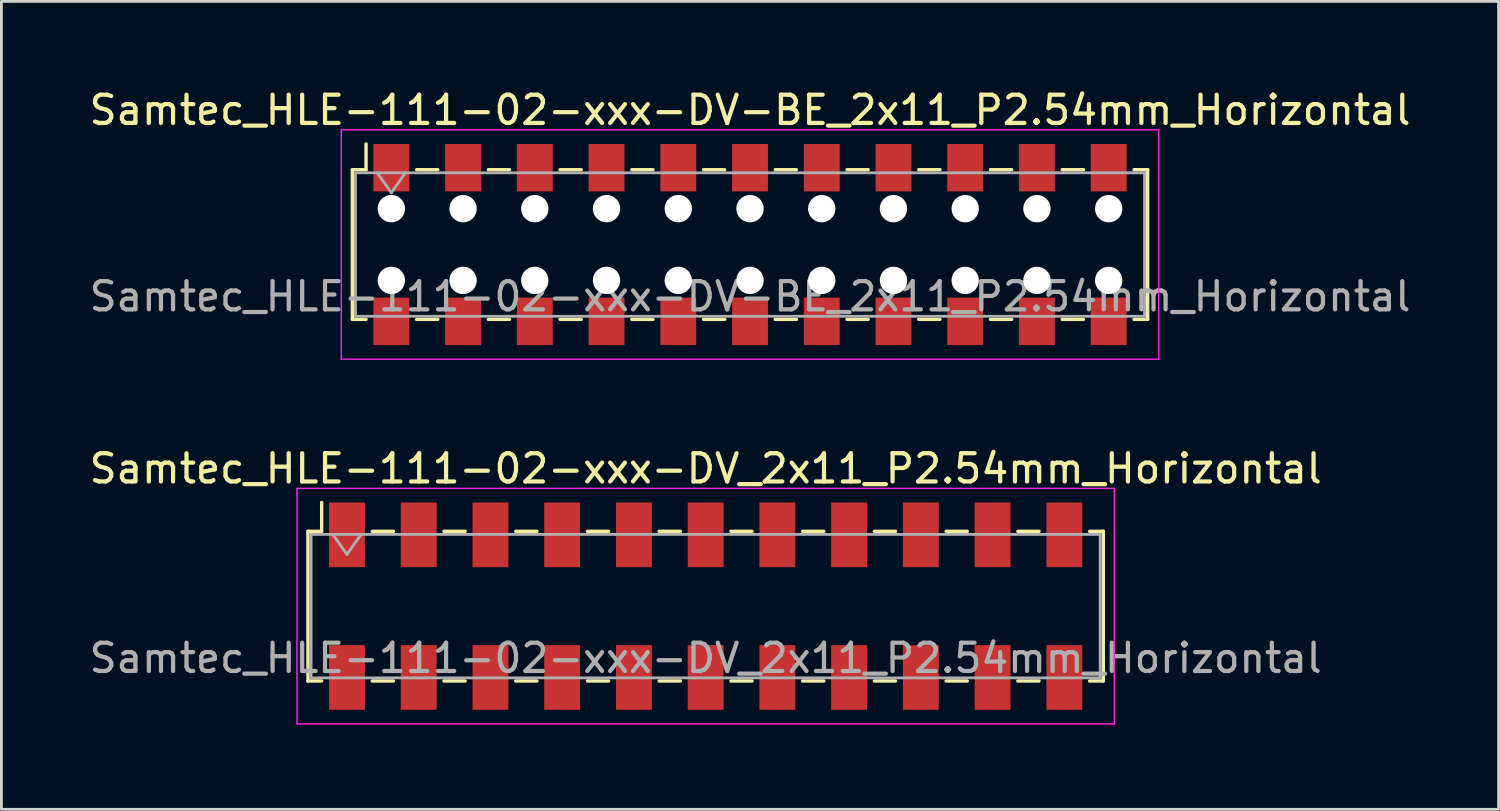
<source format=kicad_pcb>
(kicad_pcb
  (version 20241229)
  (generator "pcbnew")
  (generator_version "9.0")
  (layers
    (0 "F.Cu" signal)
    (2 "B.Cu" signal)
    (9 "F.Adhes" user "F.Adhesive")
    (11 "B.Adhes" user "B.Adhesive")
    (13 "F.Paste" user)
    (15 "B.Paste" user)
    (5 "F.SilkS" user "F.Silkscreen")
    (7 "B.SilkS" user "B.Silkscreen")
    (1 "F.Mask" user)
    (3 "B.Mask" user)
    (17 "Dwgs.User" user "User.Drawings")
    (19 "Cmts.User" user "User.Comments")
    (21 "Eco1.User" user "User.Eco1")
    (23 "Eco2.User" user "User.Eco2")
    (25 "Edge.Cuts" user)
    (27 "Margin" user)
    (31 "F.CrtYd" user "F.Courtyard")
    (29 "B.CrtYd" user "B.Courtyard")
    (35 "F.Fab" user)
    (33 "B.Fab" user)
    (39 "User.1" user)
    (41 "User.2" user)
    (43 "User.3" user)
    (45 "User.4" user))
  (footprint "Samtec_HLE-111-02-xxx-DV-BE_2x11_P2.54mm_Horizontal"
    (layer "F.Cu")
    (at 23.506 5.608)
    (property "Reference" "Samtec_HLE-111-02-xxx-DV-BE_2x11_P2.54mm_Horizontal" (at 0 -4.76 0) (layer "F.SilkS") (effects (font (size 1 1) (thickness 0.15))))
    (attr smd)
    (fp_line (start -14.08 -2.65) (end -14.08 2.65) (stroke (width 0.12) (type solid)) (layer "F.SilkS"))
    (fp_line (start -14.08 2.65) (end -13.595 2.65) (stroke (width 0.12) (type solid)) (layer "F.SilkS"))
    (fp_line (start -13.595 -3.56) (end -13.595 -2.65) (stroke (width 0.12) (type solid)) (layer "F.SilkS"))
    (fp_line (start -13.595 -2.65) (end -14.08 -2.65) (stroke (width 0.12) (type solid)) (layer "F.SilkS"))
    (fp_line (start -11.805 -2.65) (end -11.055 -2.65) (stroke (width 0.12) (type solid)) (layer "F.SilkS"))
    (fp_line (start -11.805 2.65) (end -11.055 2.65) (stroke (width 0.12) (type solid)) (layer "F.SilkS"))
    (fp_line (start -9.265 -2.65) (end -8.515 -2.65) (stroke (width 0.12) (type solid)) (layer "F.SilkS"))
    (fp_line (start -9.265 2.65) (end -8.515 2.65) (stroke (width 0.12) (type solid)) (layer "F.SilkS"))
    (fp_line (start -6.725 -2.65) (end -5.975 -2.65) (stroke (width 0.12) (type solid)) (layer "F.SilkS"))
    (fp_line (start -6.725 2.65) (end -5.975 2.65) (stroke (width 0.12) (type solid)) (layer "F.SilkS"))
    (fp_line (start -4.185 -2.65) (end -3.435 -2.65) (stroke (width 0.12) (type solid)) (layer "F.SilkS"))
    (fp_line (start -4.185 2.65) (end -3.435 2.65) (stroke (width 0.12) (type solid)) (layer "F.SilkS"))
    (fp_line (start -1.645 -2.65) (end -0.895 -2.65) (stroke (width 0.12) (type solid)) (layer "F.SilkS"))
    (fp_line (start -1.645 2.65) (end -0.895 2.65) (stroke (width 0.12) (type solid)) (layer "F.SilkS"))
    (fp_line (start 0.895 -2.65) (end 1.645 -2.65) (stroke (width 0.12) (type solid)) (layer "F.SilkS"))
    (fp_line (start 0.895 2.65) (end 1.645 2.65) (stroke (width 0.12) (type solid)) (layer "F.SilkS"))
    (fp_line (start 3.435 -2.65) (end 4.185 -2.65) (stroke (width 0.12) (type solid)) (layer "F.SilkS"))
    (fp_line (start 3.435 2.65) (end 4.185 2.65) (stroke (width 0.12) (type solid)) (layer "F.SilkS"))
    (fp_line (start 5.975 -2.65) (end 6.725 -2.65) (stroke (width 0.12) (type solid)) (layer "F.SilkS"))
    (fp_line (start 5.975 2.65) (end 6.725 2.65) (stroke (width 0.12) (type solid)) (layer "F.SilkS"))
    (fp_line (start 8.515 -2.65) (end 9.265 -2.65) (stroke (width 0.12) (type solid)) (layer "F.SilkS"))
    (fp_line (start 8.515 2.65) (end 9.265 2.65) (stroke (width 0.12) (type solid)) (layer "F.SilkS"))
    (fp_line (start 11.055 -2.65) (end 11.805 -2.65) (stroke (width 0.12) (type solid)) (layer "F.SilkS"))
    (fp_line (start 11.055 2.65) (end 11.805 2.65) (stroke (width 0.12) (type solid)) (layer "F.SilkS"))
    (fp_line (start 13.595 -2.65) (end 14.08 -2.65) (stroke (width 0.12) (type solid)) (layer "F.SilkS"))
    (fp_line (start 14.08 -2.65) (end 14.08 2.65) (stroke (width 0.12) (type solid)) (layer "F.SilkS"))
    (fp_line (start 14.08 2.65) (end 13.595 2.65) (stroke (width 0.12) (type solid)) (layer "F.SilkS"))
    (fp_line (start -14.47 -4.06) (end 14.47 -4.06) (stroke (width 0.05) (type solid)) (layer "F.CrtYd"))
    (fp_line (start -14.47 4.06) (end -14.47 -4.06) (stroke (width 0.05) (type solid)) (layer "F.CrtYd"))
    (fp_line (start 14.47 -4.06) (end 14.47 4.06) (stroke (width 0.05) (type solid)) (layer "F.CrtYd"))
    (fp_line (start 14.47 4.06) (end -14.47 4.06) (stroke (width 0.05) (type solid)) (layer "F.CrtYd"))
    (fp_line (start -13.97 -2.54) (end 13.97 -2.54) (stroke (width 0.1) (type solid)) (layer "F.Fab"))
    (fp_line (start -13.97 2.54) (end -13.97 -2.54) (stroke (width 0.1) (type solid)) (layer "F.Fab"))
    (fp_line (start -13.2 -2.54) (end -12.7 -1.833) (stroke (width 0.1) (type solid)) (layer "F.Fab"))
    (fp_line (start -12.7 -1.833) (end -12.2 -2.54) (stroke (width 0.1) (type solid)) (layer "F.Fab"))
    (fp_line (start 13.97 -2.54) (end 13.97 2.54) (stroke (width 0.1) (type solid)) (layer "F.Fab"))
    (fp_line (start 13.97 2.54) (end -13.97 2.54) (stroke (width 0.1) (type solid)) (layer "F.Fab"))
    (fp_text user "${REFERENCE}" (at 0 1.84 0) (layer "F.Fab") (effects (font (size 1 1) (thickness 0.15))))
    (pad "" np_thru_hole circle (at -12.7 -1.27) (size 0.97 0.97) (drill 0.97) (layers "*.Cu" "*.Mask"))
    (pad "" np_thru_hole circle (at -12.7 1.27) (size 0.97 0.97) (drill 0.97) (layers "*.Cu" "*.Mask"))
    (pad "" np_thru_hole circle (at -10.16 -1.27) (size 0.97 0.97) (drill 0.97) (layers "*.Cu" "*.Mask"))
    (pad "" np_thru_hole circle (at -10.16 1.27) (size 0.97 0.97) (drill 0.97) (layers "*.Cu" "*.Mask"))
    (pad "" np_thru_hole circle (at -7.62 -1.27) (size 0.97 0.97) (drill 0.97) (layers "*.Cu" "*.Mask"))
    (pad "" np_thru_hole circle (at -7.62 1.27) (size 0.97 0.97) (drill 0.97) (layers "*.Cu" "*.Mask"))
    (pad "" np_thru_hole circle (at -5.08 -1.27) (size 0.97 0.97) (drill 0.97) (layers "*.Cu" "*.Mask"))
    (pad "" np_thru_hole circle (at -5.08 1.27) (size 0.97 0.97) (drill 0.97) (layers "*.Cu" "*.Mask"))
    (pad "" np_thru_hole circle (at -2.54 -1.27) (size 0.97 0.97) (drill 0.97) (layers "*.Cu" "*.Mask"))
    (pad "" np_thru_hole circle (at -2.54 1.27) (size 0.97 0.97) (drill 0.97) (layers "*.Cu" "*.Mask"))
    (pad "" np_thru_hole circle (at 0 -1.27) (size 0.97 0.97) (drill 0.97) (layers "*.Cu" "*.Mask"))
    (pad "" np_thru_hole circle (at 0 1.27) (size 0.97 0.97) (drill 0.97) (layers "*.Cu" "*.Mask"))
    (pad "" np_thru_hole circle (at 2.54 -1.27) (size 0.97 0.97) (drill 0.97) (layers "*.Cu" "*.Mask"))
    (pad "" np_thru_hole circle (at 2.54 1.27) (size 0.97 0.97) (drill 0.97) (layers "*.Cu" "*.Mask"))
    (pad "" np_thru_hole circle (at 5.08 -1.27) (size 0.97 0.97) (drill 0.97) (layers "*.Cu" "*.Mask"))
    (pad "" np_thru_hole circle (at 5.08 1.27) (size 0.97 0.97) (drill 0.97) (layers "*.Cu" "*.Mask"))
    (pad "" np_thru_hole circle (at 7.62 -1.27) (size 0.97 0.97) (drill 0.97) (layers "*.Cu" "*.Mask"))
    (pad "" np_thru_hole circle (at 7.62 1.27) (size 0.97 0.97) (drill 0.97) (layers "*.Cu" "*.Mask"))
    (pad "" np_thru_hole circle (at 10.16 -1.27) (size 0.97 0.97) (drill 0.97) (layers "*.Cu" "*.Mask"))
    (pad "" np_thru_hole circle (at 10.16 1.27) (size 0.97 0.97) (drill 0.97) (layers "*.Cu" "*.Mask"))
    (pad "" np_thru_hole circle (at 12.7 -1.27) (size 0.97 0.97) (drill 0.97) (layers "*.Cu" "*.Mask"))
    (pad "" np_thru_hole circle (at 12.7 1.27) (size 0.97 0.97) (drill 0.97) (layers "*.Cu" "*.Mask"))
    (pad "1" smd rect (at -12.7 -2.72) (size 1.27 1.68) (layers "F.Cu" "F.Mask" "F.Paste"))
    (pad "2" smd rect (at -12.7 2.72) (size 1.27 1.68) (layers "F.Cu" "F.Mask" "F.Paste"))
    (pad "3" smd rect (at -10.16 -2.72) (size 1.27 1.68) (layers "F.Cu" "F.Mask" "F.Paste"))
    (pad "4" smd rect (at -10.16 2.72) (size 1.27 1.68) (layers "F.Cu" "F.Mask" "F.Paste"))
    (pad "5" smd rect (at -7.62 -2.72) (size 1.27 1.68) (layers "F.Cu" "F.Mask" "F.Paste"))
    (pad "6" smd rect (at -7.62 2.72) (size 1.27 1.68) (layers "F.Cu" "F.Mask" "F.Paste"))
    (pad "7" smd rect (at -5.08 -2.72) (size 1.27 1.68) (layers "F.Cu" "F.Mask" "F.Paste"))
    (pad "8" smd rect (at -5.08 2.72) (size 1.27 1.68) (layers "F.Cu" "F.Mask" "F.Paste"))
    (pad "9" smd rect (at -2.54 -2.72) (size 1.27 1.68) (layers "F.Cu" "F.Mask" "F.Paste"))
    (pad "10" smd rect (at -2.54 2.72) (size 1.27 1.68) (layers "F.Cu" "F.Mask" "F.Paste"))
    (pad "11" smd rect (at 0 -2.72) (size 1.27 1.68) (layers "F.Cu" "F.Mask" "F.Paste"))
    (pad "12" smd rect (at 0 2.72) (size 1.27 1.68) (layers "F.Cu" "F.Mask" "F.Paste"))
    (pad "13" smd rect (at 2.54 -2.72) (size 1.27 1.68) (layers "F.Cu" "F.Mask" "F.Paste"))
    (pad "14" smd rect (at 2.54 2.72) (size 1.27 1.68) (layers "F.Cu" "F.Mask" "F.Paste"))
    (pad "15" smd rect (at 5.08 -2.72) (size 1.27 1.68) (layers "F.Cu" "F.Mask" "F.Paste"))
    (pad "16" smd rect (at 5.08 2.72) (size 1.27 1.68) (layers "F.Cu" "F.Mask" "F.Paste"))
    (pad "17" smd rect (at 7.62 -2.72) (size 1.27 1.68) (layers "F.Cu" "F.Mask" "F.Paste"))
    (pad "18" smd rect (at 7.62 2.72) (size 1.27 1.68) (layers "F.Cu" "F.Mask" "F.Paste"))
    (pad "19" smd rect (at 10.16 -2.72) (size 1.27 1.68) (layers "F.Cu" "F.Mask" "F.Paste"))
    (pad "20" smd rect (at 10.16 2.72) (size 1.27 1.68) (layers "F.Cu" "F.Mask" "F.Paste"))
    (pad "21" smd rect (at 12.7 -2.72) (size 1.27 1.68) (layers "F.Cu" "F.Mask" "F.Paste"))
    (pad "22" smd rect (at 12.7 2.72) (size 1.27 1.68) (layers "F.Cu" "F.Mask" "F.Paste")))
  (footprint "Samtec_HLE-111-02-xxx-DV_2x11_P2.54mm_Horizontal"
    (layer "F.Cu")
    (at 21.935 18.412)
    (property "Reference" "Samtec_HLE-111-02-xxx-DV_2x11_P2.54mm_Horizontal" (at 0 -4.87 0) (layer "F.SilkS") (effects (font (size 1 1) (thickness 0.15))))
    (attr smd)
    (fp_line (start -14.08 -2.65) (end -14.08 2.65) (stroke (width 0.12) (type solid)) (layer "F.SilkS"))
    (fp_line (start -14.08 2.65) (end -13.595 2.65) (stroke (width 0.12) (type solid)) (layer "F.SilkS"))
    (fp_line (start -13.595 -3.67) (end -13.595 -2.65) (stroke (width 0.12) (type solid)) (layer "F.SilkS"))
    (fp_line (start -13.595 -2.65) (end -14.08 -2.65) (stroke (width 0.12) (type solid)) (layer "F.SilkS"))
    (fp_line (start -11.805 -2.65) (end -11.055 -2.65) (stroke (width 0.12) (type solid)) (layer "F.SilkS"))
    (fp_line (start -11.805 2.65) (end -11.055 2.65) (stroke (width 0.12) (type solid)) (layer "F.SilkS"))
    (fp_line (start -9.265 -2.65) (end -8.515 -2.65) (stroke (width 0.12) (type solid)) (layer "F.SilkS"))
    (fp_line (start -9.265 2.65) (end -8.515 2.65) (stroke (width 0.12) (type solid)) (layer "F.SilkS"))
    (fp_line (start -6.725 -2.65) (end -5.975 -2.65) (stroke (width 0.12) (type solid)) (layer "F.SilkS"))
    (fp_line (start -6.725 2.65) (end -5.975 2.65) (stroke (width 0.12) (type solid)) (layer "F.SilkS"))
    (fp_line (start -4.185 -2.65) (end -3.435 -2.65) (stroke (width 0.12) (type solid)) (layer "F.SilkS"))
    (fp_line (start -4.185 2.65) (end -3.435 2.65) (stroke (width 0.12) (type solid)) (layer "F.SilkS"))
    (fp_line (start -1.645 -2.65) (end -0.895 -2.65) (stroke (width 0.12) (type solid)) (layer "F.SilkS"))
    (fp_line (start -1.645 2.65) (end -0.895 2.65) (stroke (width 0.12) (type solid)) (layer "F.SilkS"))
    (fp_line (start 0.895 -2.65) (end 1.645 -2.65) (stroke (width 0.12) (type solid)) (layer "F.SilkS"))
    (fp_line (start 0.895 2.65) (end 1.645 2.65) (stroke (width 0.12) (type solid)) (layer "F.SilkS"))
    (fp_line (start 3.435 -2.65) (end 4.185 -2.65) (stroke (width 0.12) (type solid)) (layer "F.SilkS"))
    (fp_line (start 3.435 2.65) (end 4.185 2.65) (stroke (width 0.12) (type solid)) (layer "F.SilkS"))
    (fp_line (start 5.975 -2.65) (end 6.725 -2.65) (stroke (width 0.12) (type solid)) (layer "F.SilkS"))
    (fp_line (start 5.975 2.65) (end 6.725 2.65) (stroke (width 0.12) (type solid)) (layer "F.SilkS"))
    (fp_line (start 8.515 -2.65) (end 9.265 -2.65) (stroke (width 0.12) (type solid)) (layer "F.SilkS"))
    (fp_line (start 8.515 2.65) (end 9.265 2.65) (stroke (width 0.12) (type solid)) (layer "F.SilkS"))
    (fp_line (start 11.055 -2.65) (end 11.805 -2.65) (stroke (width 0.12) (type solid)) (layer "F.SilkS"))
    (fp_line (start 11.055 2.65) (end 11.805 2.65) (stroke (width 0.12) (type solid)) (layer "F.SilkS"))
    (fp_line (start 13.595 -2.65) (end 14.08 -2.65) (stroke (width 0.12) (type solid)) (layer "F.SilkS"))
    (fp_line (start 14.08 -2.65) (end 14.08 2.65) (stroke (width 0.12) (type solid)) (layer "F.SilkS"))
    (fp_line (start 14.08 2.65) (end 13.595 2.65) (stroke (width 0.12) (type solid)) (layer "F.SilkS"))
    (fp_line (start -14.47 -4.17) (end 14.47 -4.17) (stroke (width 0.05) (type solid)) (layer "F.CrtYd"))
    (fp_line (start -14.47 4.17) (end -14.47 -4.17) (stroke (width 0.05) (type solid)) (layer "F.CrtYd"))
    (fp_line (start 14.47 -4.17) (end 14.47 4.17) (stroke (width 0.05) (type solid)) (layer "F.CrtYd"))
    (fp_line (start 14.47 4.17) (end -14.47 4.17) (stroke (width 0.05) (type solid)) (layer "F.CrtYd"))
    (fp_line (start -13.97 -2.54) (end 13.97 -2.54) (stroke (width 0.1) (type solid)) (layer "F.Fab"))
    (fp_line (start -13.97 2.54) (end -13.97 -2.54) (stroke (width 0.1) (type solid)) (layer "F.Fab"))
    (fp_line (start -13.2 -2.54) (end -12.7 -1.833) (stroke (width 0.1) (type solid)) (layer "F.Fab"))
    (fp_line (start -12.7 -1.833) (end -12.2 -2.54) (stroke (width 0.1) (type solid)) (layer "F.Fab"))
    (fp_line (start 13.97 -2.54) (end 13.97 2.54) (stroke (width 0.1) (type solid)) (layer "F.Fab"))
    (fp_line (start 13.97 2.54) (end -13.97 2.54) (stroke (width 0.1) (type solid)) (layer "F.Fab"))
    (fp_text user "${REFERENCE}" (at 0 1.84 0) (layer "F.Fab") (effects (font (size 1 1) (thickness 0.15))))
    (pad "1" smd rect (at -12.7 -2.525) (size 1.27 2.29) (layers "F.Cu" "F.Mask" "F.Paste"))
    (pad "2" smd rect (at -12.7 2.525) (size 1.27 2.29) (layers "F.Cu" "F.Mask" "F.Paste"))
    (pad "3" smd rect (at -10.16 -2.525) (size 1.27 2.29) (layers "F.Cu" "F.Mask" "F.Paste"))
    (pad "4" smd rect (at -10.16 2.525) (size 1.27 2.29) (layers "F.Cu" "F.Mask" "F.Paste"))
    (pad "5" smd rect (at -7.62 -2.525) (size 1.27 2.29) (layers "F.Cu" "F.Mask" "F.Paste"))
    (pad "6" smd rect (at -7.62 2.525) (size 1.27 2.29) (layers "F.Cu" "F.Mask" "F.Paste"))
    (pad "7" smd rect (at -5.08 -2.525) (size 1.27 2.29) (layers "F.Cu" "F.Mask" "F.Paste"))
    (pad "8" smd rect (at -5.08 2.525) (size 1.27 2.29) (layers "F.Cu" "F.Mask" "F.Paste"))
    (pad "9" smd rect (at -2.54 -2.525) (size 1.27 2.29) (layers "F.Cu" "F.Mask" "F.Paste"))
    (pad "10" smd rect (at -2.54 2.525) (size 1.27 2.29) (layers "F.Cu" "F.Mask" "F.Paste"))
    (pad "11" smd rect (at 0 -2.525) (size 1.27 2.29) (layers "F.Cu" "F.Mask" "F.Paste"))
    (pad "12" smd rect (at 0 2.525) (size 1.27 2.29) (layers "F.Cu" "F.Mask" "F.Paste"))
    (pad "13" smd rect (at 2.54 -2.525) (size 1.27 2.29) (layers "F.Cu" "F.Mask" "F.Paste"))
    (pad "14" smd rect (at 2.54 2.525) (size 1.27 2.29) (layers "F.Cu" "F.Mask" "F.Paste"))
    (pad "15" smd rect (at 5.08 -2.525) (size 1.27 2.29) (layers "F.Cu" "F.Mask" "F.Paste"))
    (pad "16" smd rect (at 5.08 2.525) (size 1.27 2.29) (layers "F.Cu" "F.Mask" "F.Paste"))
    (pad "17" smd rect (at 7.62 -2.525) (size 1.27 2.29) (layers "F.Cu" "F.Mask" "F.Paste"))
    (pad "18" smd rect (at 7.62 2.525) (size 1.27 2.29) (layers "F.Cu" "F.Mask" "F.Paste"))
    (pad "19" smd rect (at 10.16 -2.525) (size 1.27 2.29) (layers "F.Cu" "F.Mask" "F.Paste"))
    (pad "20" smd rect (at 10.16 2.525) (size 1.27 2.29) (layers "F.Cu" "F.Mask" "F.Paste"))
    (pad "21" smd rect (at 12.7 -2.525) (size 1.27 2.29) (layers "F.Cu" "F.Mask" "F.Paste"))
    (pad "22" smd rect (at 12.7 2.525) (size 1.27 2.29) (layers "F.Cu" "F.Mask" "F.Paste")))
  (gr_rect
    (start -3 -3)
    (end 50.012 25.607)
    (stroke (width 0.1) (type default))
    (fill no)
    (layer "Edge.Cuts")))
</source>
